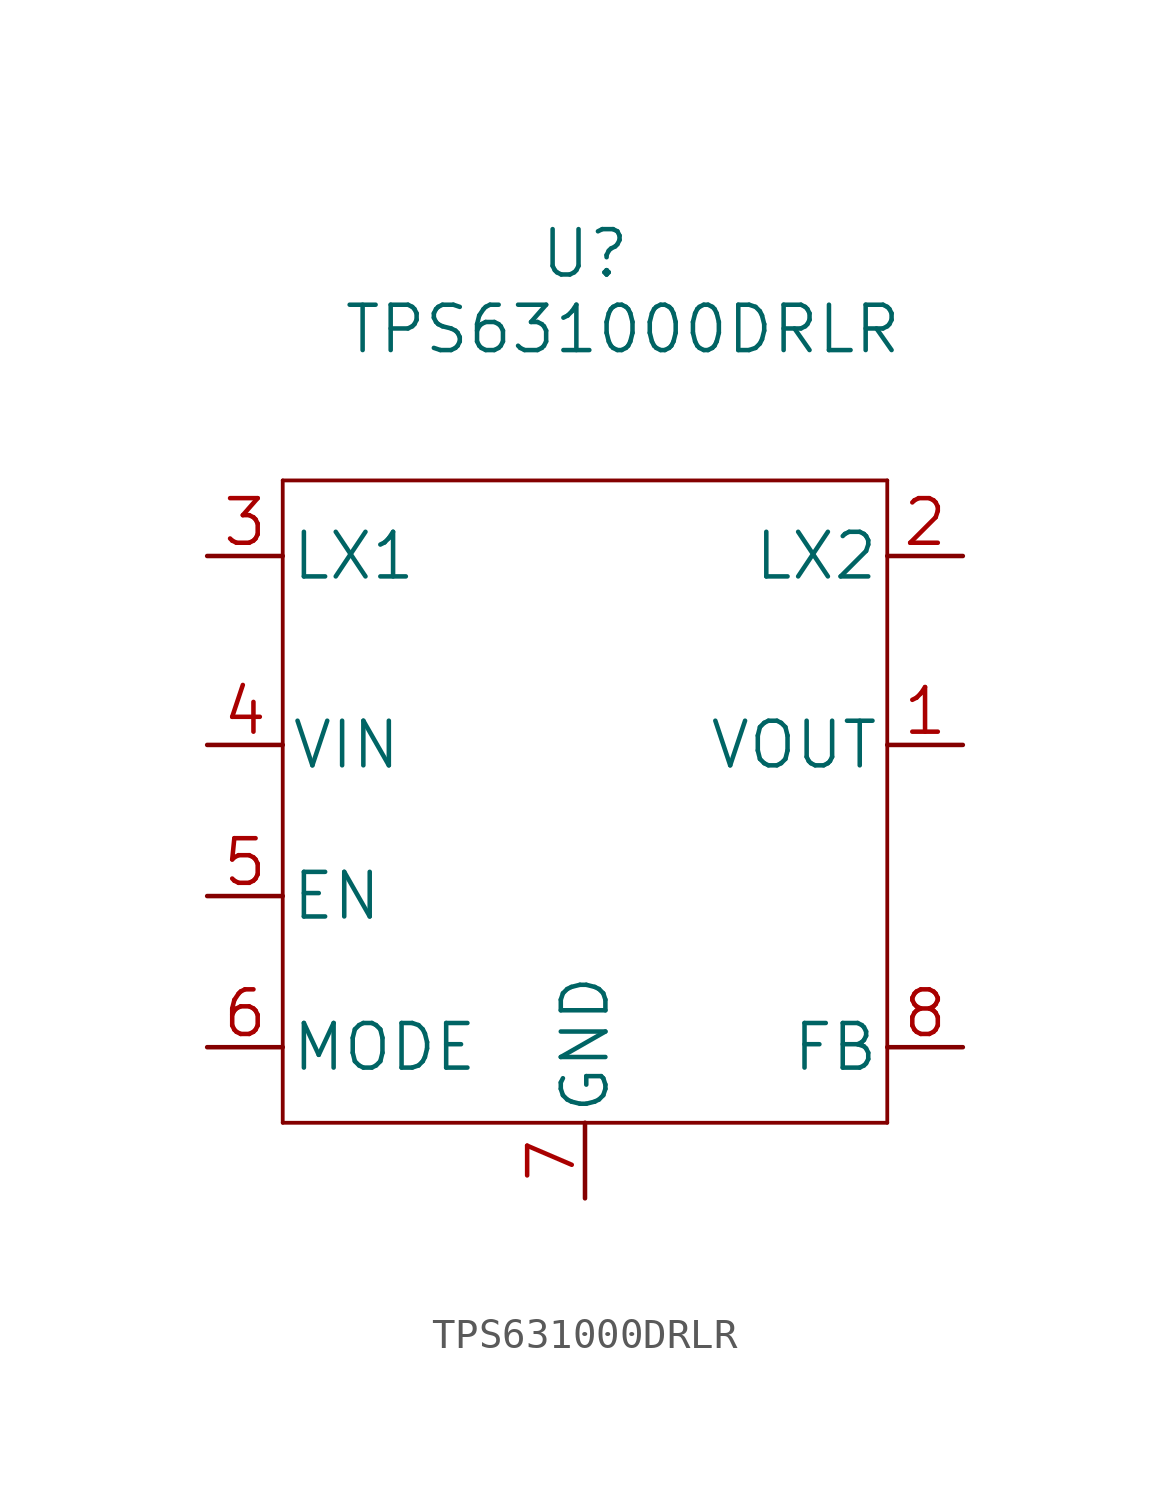
<source format=kicad_sym>
(kicad_symbol_lib
  (version 20211014)
  (generator kicad_symbol_editor)
  (symbol "TPS631000DRLR"
    (pin_names
      (offset 0.254))
    (property "Reference" "U"
      (at 17.78 12.7 0)
      (effects (font (size 1.524 1.524))))
    (property "Value" "TPS631000DRLR"
      (at 19.05 10.16 0)
      (effects (font (size 1.524 1.524))))
    (property "Datasheet" ""
      (at 5.08 0 0)
      (effects (font (size 1.524 1.524))))
    (property "ki_locked" ""
      (at 0 0 0)
      (effects (font (size 1.27 1.27))))
    (symbol "TPS631000DRLR_1_1"
      (polyline (pts (xy 7.62 -16.51) (xy 27.94 -16.51)) (stroke (width 0.127) (type default) (color 0 0 0 0)) (fill (type none)))
      (polyline (pts (xy 7.62 5.08) (xy 7.62 -16.51)) (stroke (width 0.127) (type default) (color 0 0 0 0)) (fill (type none)))
      (polyline (pts (xy 27.94 -16.51) (xy 27.94 5.08)) (stroke (width 0.127) (type default) (color 0 0 0 0)) (fill (type none)))
      (polyline (pts (xy 27.94 5.08) (xy 7.62 5.08)) (stroke (width 0.127) (type default) (color 0 0 0 0)) (fill (type none)))
      (pin power_in line (at 30.48 -3.81 180) (length 2.54) (name "VOUT" (effects (font (size 1.499 1.499)))) (number "1" (effects (font (size 1.499 1.499)))))
      (pin power_in line (at 30.48 2.54 180) (length 2.54) (name "LX2" (effects (font (size 1.499 1.499)))) (number "2" (effects (font (size 1.499 1.499)))))
      (pin power_in line (at 5.08 2.54 0) (length 2.54) (name "LX1" (effects (font (size 1.499 1.499)))) (number "3" (effects (font (size 1.499 1.499)))))
      (pin power_in line (at 5.08 -3.81 0) (length 2.54) (name "VIN" (effects (font (size 1.499 1.499)))) (number "4" (effects (font (size 1.499 1.499)))))
      (pin input line (at 5.08 -8.89 0) (length 2.54) (name "EN" (effects (font (size 1.499 1.499)))) (number "5" (effects (font (size 1.499 1.499)))))
      (pin input line (at 5.08 -13.97 0) (length 2.54) (name "MODE" (effects (font (size 1.499 1.499)))) (number "6" (effects (font (size 1.499 1.499)))))
      (pin power_in line (at 17.78 -19.05 90) (length 2.54) (name "GND" (effects (font (size 1.499 1.499)))) (number "7" (effects (font (size 1.499 1.499)))))
      (pin input line (at 30.48 -13.97 180) (length 2.54) (name "FB" (effects (font (size 1.499 1.499)))) (number "8" (effects (font (size 1.499 1.499))))))))
</source>
